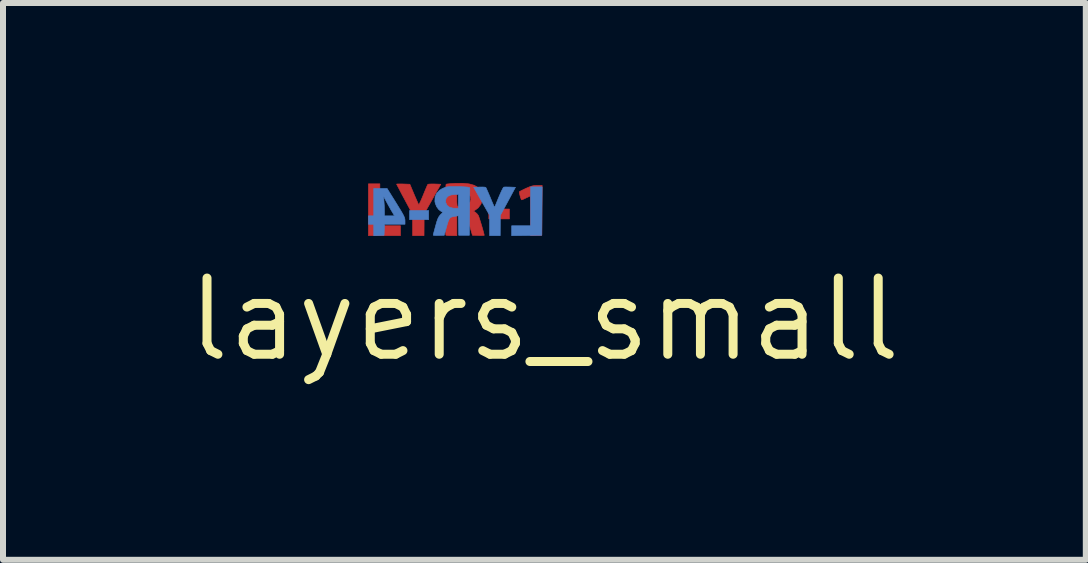
<source format=kicad_pcb>
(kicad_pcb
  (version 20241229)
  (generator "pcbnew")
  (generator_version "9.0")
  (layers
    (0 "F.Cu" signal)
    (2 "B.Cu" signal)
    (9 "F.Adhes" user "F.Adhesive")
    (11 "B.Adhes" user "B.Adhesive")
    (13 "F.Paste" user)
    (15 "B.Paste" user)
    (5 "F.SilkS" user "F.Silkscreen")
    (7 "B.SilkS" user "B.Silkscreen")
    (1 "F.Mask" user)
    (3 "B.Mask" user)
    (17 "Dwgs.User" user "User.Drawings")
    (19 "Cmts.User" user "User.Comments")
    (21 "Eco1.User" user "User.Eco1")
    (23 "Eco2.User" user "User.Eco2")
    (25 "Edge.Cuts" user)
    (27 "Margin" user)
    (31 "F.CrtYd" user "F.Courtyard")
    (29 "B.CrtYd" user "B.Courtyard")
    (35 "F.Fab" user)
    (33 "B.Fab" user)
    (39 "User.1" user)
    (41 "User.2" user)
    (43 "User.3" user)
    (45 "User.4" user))
  (footprint "layers_small"
    (layer "F.Cu")
    (at 6.025 2.275)
    (property "Reference" "layers_small" (at 0 0 0) (layer "F.SilkS") (effects (font (size 1.27 1.27) (thickness 0.15))))
    (attr through_hole)
    (fp_poly (pts (xy -0.584 -1.676) (xy -0.927 -1.676) (xy -0.927 -1.841) (xy -0.584 -1.841) (xy -0.584 -1.676)) (stroke (width 0.01) (type solid)) (fill yes) (layer "F.Cu"))
    (fp_poly (pts (xy -2.743 -1.562) (xy -2.4 -1.562) (xy -2.4 -1.397) (xy -2.934 -1.397) (xy -2.934 -2.261) (xy -2.743 -2.261) (xy -2.743 -1.562)) (stroke (width 0.01) (type solid)) (fill yes) (layer "F.Cu"))
    (fp_poly (pts (xy -0.041 -1.819) (xy -0.044 -1.403) (xy -0.229 -1.396) (xy -0.229 -1.727) (xy -0.229 -1.815) (xy -0.23 -1.895) (xy -0.231 -1.962) (xy -0.232 -2.014) (xy -0.234 -2.047) (xy -0.235 -2.057) (xy -0.25 -2.052) (xy -0.279 -2.038) (xy -0.305 -2.026) (xy -0.342 -2.008) (xy -0.37 -1.997) (xy -0.38 -1.994) (xy -0.387 -2.005) (xy -0.398 -2.032) (xy -0.408 -2.068) (xy -0.416 -2.103) (xy -0.419 -2.128) (xy -0.408 -2.135) (xy -0.379 -2.151) (xy -0.338 -2.171) (xy -0.309 -2.185) (xy -0.251 -2.21) (xy -0.206 -2.225) (xy -0.165 -2.233) (xy -0.121 -2.235) (xy -0.119 -2.235) (xy -0.038 -2.235) (xy -0.041 -1.819)) (stroke (width 0.01) (type solid)) (fill yes) (layer "F.Cu"))
    (fp_poly (pts (xy -2.376 -2.259) (xy -2.354 -2.258) (xy -2.243 -2.254) (xy -2.173 -2.087) (xy -2.147 -2.027) (xy -2.124 -1.975) (xy -2.107 -1.936) (xy -2.096 -1.915) (xy -2.095 -1.913) (xy -2.088 -1.921) (xy -2.074 -1.95) (xy -2.054 -1.993) (xy -2.03 -2.049) (xy -2.02 -2.074) (xy -1.995 -2.135) (xy -1.973 -2.187) (xy -1.956 -2.227) (xy -1.945 -2.249) (xy -1.943 -2.252) (xy -1.927 -2.256) (xy -1.892 -2.258) (xy -1.846 -2.258) (xy -1.831 -2.258) (xy -1.727 -2.254) (xy -2.006 -1.759) (xy -2.006 -1.578) (xy -2.007 -1.397) (xy -2.197 -1.397) (xy -2.197 -1.752) (xy -2.33 -2.001) (xy -2.369 -2.073) (xy -2.403 -2.138) (xy -2.431 -2.192) (xy -2.452 -2.231) (xy -2.463 -2.253) (xy -2.464 -2.256) (xy -2.452 -2.258) (xy -2.421 -2.259) (xy -2.376 -2.259)) (stroke (width 0.01) (type solid)) (fill yes) (layer "F.Cu"))
    (fp_poly (pts (xy -1.255 -2.26) (xy -1.172 -2.237) (xy -1.109 -2.201) (xy -1.066 -2.152) (xy -1.04 -2.09) (xy -1.034 -2.064) (xy -1.036 -1.99) (xy -1.059 -1.921) (xy -1.103 -1.862) (xy -1.146 -1.829) (xy -1.182 -1.807) (xy -1.15 -1.786) (xy -1.12 -1.758) (xy -1.1 -1.73) (xy -1.092 -1.708) (xy -1.079 -1.669) (xy -1.063 -1.618) (xy -1.046 -1.562) (xy -1.03 -1.507) (xy -1.016 -1.457) (xy -1.007 -1.421) (xy -1.003 -1.403) (xy -1.015 -1.4) (xy -1.046 -1.399) (xy -1.09 -1.399) (xy -1.102 -1.4) (xy -1.2 -1.403) (xy -1.241 -1.543) (xy -1.265 -1.619) (xy -1.288 -1.673) (xy -1.312 -1.708) (xy -1.34 -1.729) (xy -1.376 -1.738) (xy -1.404 -1.74) (xy -1.46 -1.74) (xy -1.46 -1.397) (xy -1.547 -1.397) (xy -1.592 -1.398) (xy -1.626 -1.401) (xy -1.643 -1.405) (xy -1.643 -1.405) (xy -1.645 -1.42) (xy -1.647 -1.457) (xy -1.649 -1.512) (xy -1.65 -1.58) (xy -1.651 -1.66) (xy -1.651 -1.746) (xy -1.651 -1.836) (xy -1.65 -1.926) (xy -1.649 -2.012) (xy -1.648 -2.09) (xy -1.647 -2.121) (xy -1.46 -2.121) (xy -1.46 -2.009) (xy -1.46 -1.958) (xy -1.457 -1.917) (xy -1.454 -1.892) (xy -1.452 -1.888) (xy -1.431 -1.881) (xy -1.394 -1.88) (xy -1.348 -1.886) (xy -1.318 -1.893) (xy -1.272 -1.916) (xy -1.242 -1.954) (xy -1.227 -1.998) (xy -1.232 -2.044) (xy -1.256 -2.085) (xy -1.263 -2.092) (xy -1.288 -2.109) (xy -1.318 -2.118) (xy -1.362 -2.121) (xy -1.379 -2.121) (xy -1.46 -2.121) (xy -1.647 -2.121) (xy -1.646 -2.157) (xy -1.644 -2.209) (xy -1.641 -2.242) (xy -1.639 -2.254) (xy -1.622 -2.258) (xy -1.585 -2.262) (xy -1.534 -2.266) (xy -1.483 -2.269) (xy -1.358 -2.27) (xy -1.255 -2.26)) (stroke (width 0.01) (type solid)) (fill yes) (layer "F.Cu"))
    (fp_poly (pts (xy -0.584 -1.676) (xy -0.927 -1.676) (xy -0.927 -1.841) (xy -0.584 -1.841) (xy -0.584 -1.676)) (stroke (width 0.01) (type solid)) (fill yes) (layer "F.Mask"))
    (fp_poly (pts (xy -2.743 -1.562) (xy -2.4 -1.562) (xy -2.4 -1.397) (xy -2.934 -1.397) (xy -2.934 -2.261) (xy -2.743 -2.261) (xy -2.743 -1.562)) (stroke (width 0.01) (type solid)) (fill yes) (layer "F.Mask"))
    (fp_poly (pts (xy -0.041 -1.819) (xy -0.044 -1.403) (xy -0.229 -1.396) (xy -0.229 -1.727) (xy -0.229 -1.815) (xy -0.23 -1.895) (xy -0.231 -1.962) (xy -0.232 -2.014) (xy -0.234 -2.047) (xy -0.235 -2.057) (xy -0.25 -2.052) (xy -0.279 -2.038) (xy -0.305 -2.026) (xy -0.342 -2.008) (xy -0.37 -1.997) (xy -0.38 -1.994) (xy -0.387 -2.005) (xy -0.398 -2.032) (xy -0.408 -2.068) (xy -0.416 -2.103) (xy -0.419 -2.128) (xy -0.408 -2.135) (xy -0.379 -2.151) (xy -0.338 -2.171) (xy -0.309 -2.185) (xy -0.251 -2.21) (xy -0.206 -2.225) (xy -0.165 -2.233) (xy -0.121 -2.235) (xy -0.119 -2.235) (xy -0.038 -2.235) (xy -0.041 -1.819)) (stroke (width 0.01) (type solid)) (fill yes) (layer "F.Mask"))
    (fp_poly (pts (xy -2.376 -2.259) (xy -2.354 -2.258) (xy -2.243 -2.254) (xy -2.173 -2.087) (xy -2.147 -2.027) (xy -2.124 -1.975) (xy -2.107 -1.936) (xy -2.096 -1.915) (xy -2.095 -1.913) (xy -2.088 -1.921) (xy -2.074 -1.95) (xy -2.054 -1.993) (xy -2.03 -2.049) (xy -2.02 -2.074) (xy -1.995 -2.135) (xy -1.973 -2.187) (xy -1.956 -2.227) (xy -1.945 -2.249) (xy -1.943 -2.252) (xy -1.927 -2.256) (xy -1.892 -2.258) (xy -1.846 -2.258) (xy -1.831 -2.258) (xy -1.727 -2.254) (xy -2.006 -1.759) (xy -2.006 -1.578) (xy -2.007 -1.397) (xy -2.197 -1.397) (xy -2.197 -1.752) (xy -2.33 -2.001) (xy -2.369 -2.073) (xy -2.403 -2.138) (xy -2.431 -2.192) (xy -2.452 -2.231) (xy -2.463 -2.253) (xy -2.464 -2.256) (xy -2.452 -2.258) (xy -2.421 -2.259) (xy -2.376 -2.259)) (stroke (width 0.01) (type solid)) (fill yes) (layer "F.Mask"))
    (fp_poly (pts (xy -1.255 -2.26) (xy -1.172 -2.237) (xy -1.109 -2.201) (xy -1.066 -2.152) (xy -1.04 -2.09) (xy -1.034 -2.064) (xy -1.036 -1.99) (xy -1.059 -1.921) (xy -1.103 -1.862) (xy -1.146 -1.829) (xy -1.182 -1.807) (xy -1.15 -1.786) (xy -1.12 -1.758) (xy -1.1 -1.73) (xy -1.092 -1.708) (xy -1.079 -1.669) (xy -1.063 -1.618) (xy -1.046 -1.562) (xy -1.03 -1.507) (xy -1.016 -1.457) (xy -1.007 -1.421) (xy -1.003 -1.403) (xy -1.015 -1.4) (xy -1.046 -1.399) (xy -1.09 -1.399) (xy -1.102 -1.4) (xy -1.2 -1.403) (xy -1.241 -1.543) (xy -1.265 -1.619) (xy -1.288 -1.673) (xy -1.312 -1.708) (xy -1.34 -1.729) (xy -1.376 -1.738) (xy -1.404 -1.74) (xy -1.46 -1.74) (xy -1.46 -1.397) (xy -1.547 -1.397) (xy -1.592 -1.398) (xy -1.626 -1.401) (xy -1.643 -1.405) (xy -1.643 -1.405) (xy -1.645 -1.42) (xy -1.647 -1.457) (xy -1.649 -1.512) (xy -1.65 -1.58) (xy -1.651 -1.66) (xy -1.651 -1.746) (xy -1.651 -1.836) (xy -1.65 -1.926) (xy -1.649 -2.012) (xy -1.648 -2.09) (xy -1.647 -2.121) (xy -1.46 -2.121) (xy -1.46 -2.009) (xy -1.46 -1.958) (xy -1.457 -1.917) (xy -1.454 -1.892) (xy -1.452 -1.888) (xy -1.431 -1.881) (xy -1.394 -1.88) (xy -1.348 -1.886) (xy -1.318 -1.893) (xy -1.272 -1.916) (xy -1.242 -1.954) (xy -1.227 -1.998) (xy -1.232 -2.044) (xy -1.256 -2.085) (xy -1.263 -2.092) (xy -1.288 -2.109) (xy -1.318 -2.118) (xy -1.362 -2.121) (xy -1.379 -2.121) (xy -1.46 -2.121) (xy -1.647 -2.121) (xy -1.646 -2.157) (xy -1.644 -2.209) (xy -1.641 -2.242) (xy -1.639 -2.254) (xy -1.622 -2.258) (xy -1.585 -2.262) (xy -1.534 -2.266) (xy -1.483 -2.269) (xy -1.358 -2.27) (xy -1.255 -2.26)) (stroke (width 0.01) (type solid)) (fill yes) (layer "F.Mask"))
    (fp_poly (pts (xy -1.93 -1.664) (xy -2.248 -1.664) (xy -2.248 -1.816) (xy -1.93 -1.816) (xy -1.93 -1.664)) (stroke (width 0.01) (type solid)) (fill yes) (layer "B.Cu"))
    (fp_poly (pts (xy -0.044 -1.403) (xy -0.546 -1.396) (xy -0.546 -1.562) (xy -0.229 -1.562) (xy -0.229 -2.21) (xy -0.038 -2.21) (xy -0.044 -1.403)) (stroke (width 0.01) (type solid)) (fill yes) (layer "B.Cu"))
    (fp_poly (pts (xy -2.623 -2.184) (xy -2.473 -1.944) (xy -2.424 -1.864) (xy -2.387 -1.803) (xy -2.36 -1.756) (xy -2.342 -1.721) (xy -2.331 -1.693) (xy -2.326 -1.671) (xy -2.324 -1.65) (xy -2.324 -1.646) (xy -2.324 -1.587) (xy -2.666 -1.587) (xy -2.673 -1.403) (xy -2.845 -1.396) (xy -2.845 -1.587) (xy -2.934 -1.587) (xy -2.934 -1.727) (xy -2.845 -1.727) (xy -2.845 -2.051) (xy -2.681 -2.051) (xy -2.674 -1.962) (xy -2.67 -1.903) (xy -2.668 -1.841) (xy -2.667 -1.8) (xy -2.667 -1.727) (xy -2.499 -1.727) (xy -2.535 -1.788) (xy -2.559 -1.828) (xy -2.588 -1.88) (xy -2.619 -1.936) (xy -2.626 -1.949) (xy -2.681 -2.051) (xy -2.845 -2.051) (xy -2.845 -2.184) (xy -2.623 -2.184)) (stroke (width 0.01) (type solid)) (fill yes) (layer "B.Cu"))
    (fp_poly (pts (xy -0.576 -2.207) (xy -0.574 -2.207) (xy -0.483 -2.203) (xy -0.609 -1.968) (xy -0.736 -1.734) (xy -0.736 -1.565) (xy -0.737 -1.397) (xy -0.914 -1.397) (xy -0.914 -1.737) (xy -1.047 -1.97) (xy -1.179 -2.203) (xy -1.083 -2.207) (xy -1.035 -2.208) (xy -0.998 -2.206) (xy -0.978 -2.202) (xy -0.977 -2.201) (xy -0.969 -2.186) (xy -0.954 -2.152) (xy -0.933 -2.104) (xy -0.908 -2.046) (xy -0.901 -2.029) (xy -0.877 -1.97) (xy -0.856 -1.922) (xy -0.841 -1.887) (xy -0.832 -1.871) (xy -0.831 -1.87) (xy -0.826 -1.882) (xy -0.812 -1.914) (xy -0.793 -1.96) (xy -0.77 -2.017) (xy -0.762 -2.036) (xy -0.736 -2.096) (xy -0.713 -2.147) (xy -0.694 -2.184) (xy -0.682 -2.203) (xy -0.68 -2.205) (xy -0.66 -2.208) (xy -0.623 -2.208) (xy -0.576 -2.207)) (stroke (width 0.01) (type solid)) (fill yes) (layer "B.Cu"))
    (fp_poly (pts (xy -1.467 -2.215) (xy -1.402 -2.214) (xy -1.345 -2.211) (xy -1.3 -2.208) (xy -1.274 -2.205) (xy -1.273 -2.204) (xy -1.244 -2.195) (xy -1.248 -1.799) (xy -1.251 -1.403) (xy -1.429 -1.403) (xy -1.432 -1.566) (xy -1.436 -1.729) (xy -1.489 -1.72) (xy -1.527 -1.714) (xy -1.554 -1.705) (xy -1.575 -1.69) (xy -1.592 -1.665) (xy -1.607 -1.627) (xy -1.624 -1.571) (xy -1.641 -1.511) (xy -1.67 -1.403) (xy -1.762 -1.4) (xy -1.807 -1.399) (xy -1.839 -1.401) (xy -1.854 -1.405) (xy -1.854 -1.406) (xy -1.851 -1.422) (xy -1.842 -1.456) (xy -1.829 -1.505) (xy -1.814 -1.56) (xy -1.795 -1.628) (xy -1.778 -1.676) (xy -1.761 -1.71) (xy -1.742 -1.736) (xy -1.733 -1.746) (xy -1.691 -1.788) (xy -1.721 -1.801) (xy -1.762 -1.832) (xy -1.797 -1.88) (xy -1.82 -1.937) (xy -1.826 -1.968) (xy -1.826 -1.969) (xy -1.648 -1.969) (xy -1.645 -1.949) (xy -1.625 -1.904) (xy -1.585 -1.872) (xy -1.527 -1.856) (xy -1.495 -1.854) (xy -1.435 -1.854) (xy -1.435 -2.083) (xy -1.491 -2.083) (xy -1.56 -2.075) (xy -1.609 -2.053) (xy -1.639 -2.017) (xy -1.648 -1.969) (xy -1.826 -1.969) (xy -1.823 -2.042) (xy -1.797 -2.104) (xy -1.749 -2.154) (xy -1.704 -2.181) (xy -1.673 -2.195) (xy -1.645 -2.205) (xy -1.615 -2.211) (xy -1.577 -2.214) (xy -1.524 -2.215) (xy -1.467 -2.215)) (stroke (width 0.01) (type solid)) (fill yes) (layer "B.Cu"))
    (fp_poly (pts (xy -1.93 -1.664) (xy -2.248 -1.664) (xy -2.248 -1.816) (xy -1.93 -1.816) (xy -1.93 -1.664)) (stroke (width 0.01) (type solid)) (fill yes) (layer "B.Mask"))
    (fp_poly (pts (xy -0.044 -1.403) (xy -0.546 -1.396) (xy -0.546 -1.562) (xy -0.229 -1.562) (xy -0.229 -2.21) (xy -0.038 -2.21) (xy -0.044 -1.403)) (stroke (width 0.01) (type solid)) (fill yes) (layer "B.Mask"))
    (fp_poly (pts (xy -2.623 -2.184) (xy -2.473 -1.944) (xy -2.424 -1.864) (xy -2.387 -1.803) (xy -2.36 -1.756) (xy -2.342 -1.721) (xy -2.331 -1.693) (xy -2.326 -1.671) (xy -2.324 -1.65) (xy -2.324 -1.646) (xy -2.324 -1.587) (xy -2.666 -1.587) (xy -2.673 -1.403) (xy -2.845 -1.396) (xy -2.845 -1.587) (xy -2.934 -1.587) (xy -2.934 -1.727) (xy -2.845 -1.727) (xy -2.845 -2.051) (xy -2.681 -2.051) (xy -2.674 -1.962) (xy -2.67 -1.903) (xy -2.668 -1.841) (xy -2.667 -1.8) (xy -2.667 -1.727) (xy -2.499 -1.727) (xy -2.535 -1.788) (xy -2.559 -1.828) (xy -2.588 -1.88) (xy -2.619 -1.936) (xy -2.626 -1.949) (xy -2.681 -2.051) (xy -2.845 -2.051) (xy -2.845 -2.184) (xy -2.623 -2.184)) (stroke (width 0.01) (type solid)) (fill yes) (layer "B.Mask"))
    (fp_poly (pts (xy -0.576 -2.207) (xy -0.574 -2.207) (xy -0.483 -2.203) (xy -0.609 -1.968) (xy -0.736 -1.734) (xy -0.736 -1.565) (xy -0.737 -1.397) (xy -0.914 -1.397) (xy -0.914 -1.737) (xy -1.047 -1.97) (xy -1.179 -2.203) (xy -1.083 -2.207) (xy -1.035 -2.208) (xy -0.998 -2.206) (xy -0.978 -2.202) (xy -0.977 -2.201) (xy -0.969 -2.186) (xy -0.954 -2.152) (xy -0.933 -2.104) (xy -0.908 -2.046) (xy -0.901 -2.029) (xy -0.877 -1.97) (xy -0.856 -1.922) (xy -0.841 -1.887) (xy -0.832 -1.871) (xy -0.831 -1.87) (xy -0.826 -1.882) (xy -0.812 -1.914) (xy -0.793 -1.96) (xy -0.77 -2.017) (xy -0.762 -2.036) (xy -0.736 -2.096) (xy -0.713 -2.147) (xy -0.694 -2.184) (xy -0.682 -2.203) (xy -0.68 -2.205) (xy -0.66 -2.208) (xy -0.623 -2.208) (xy -0.576 -2.207)) (stroke (width 0.01) (type solid)) (fill yes) (layer "B.Mask"))
    (fp_poly (pts (xy -1.467 -2.215) (xy -1.402 -2.214) (xy -1.345 -2.211) (xy -1.3 -2.208) (xy -1.274 -2.205) (xy -1.273 -2.204) (xy -1.244 -2.195) (xy -1.248 -1.799) (xy -1.251 -1.403) (xy -1.429 -1.403) (xy -1.432 -1.566) (xy -1.436 -1.729) (xy -1.489 -1.72) (xy -1.527 -1.714) (xy -1.554 -1.705) (xy -1.575 -1.69) (xy -1.592 -1.665) (xy -1.607 -1.627) (xy -1.624 -1.571) (xy -1.641 -1.511) (xy -1.67 -1.403) (xy -1.762 -1.4) (xy -1.807 -1.399) (xy -1.839 -1.401) (xy -1.854 -1.405) (xy -1.854 -1.406) (xy -1.851 -1.422) (xy -1.842 -1.456) (xy -1.829 -1.505) (xy -1.814 -1.56) (xy -1.795 -1.628) (xy -1.778 -1.676) (xy -1.761 -1.71) (xy -1.742 -1.736) (xy -1.733 -1.746) (xy -1.691 -1.788) (xy -1.721 -1.801) (xy -1.762 -1.832) (xy -1.797 -1.88) (xy -1.82 -1.937) (xy -1.826 -1.968) (xy -1.826 -1.969) (xy -1.648 -1.969) (xy -1.645 -1.949) (xy -1.625 -1.904) (xy -1.585 -1.872) (xy -1.527 -1.856) (xy -1.495 -1.854) (xy -1.435 -1.854) (xy -1.435 -2.083) (xy -1.491 -2.083) (xy -1.56 -2.075) (xy -1.609 -2.053) (xy -1.639 -2.017) (xy -1.648 -1.969) (xy -1.826 -1.969) (xy -1.823 -2.042) (xy -1.797 -2.104) (xy -1.749 -2.154) (xy -1.704 -2.181) (xy -1.673 -2.195) (xy -1.645 -2.205) (xy -1.615 -2.211) (xy -1.577 -2.214) (xy -1.524 -2.215) (xy -1.467 -2.215)) (stroke (width 0.01) (type solid)) (fill yes) (layer "B.Mask")))
  (gr_rect
    (start -3 -3)
    (end 15.049 6.281)
    (stroke (width 0.1) (type default))
    (fill no)
    (layer "Edge.Cuts")))
</source>
